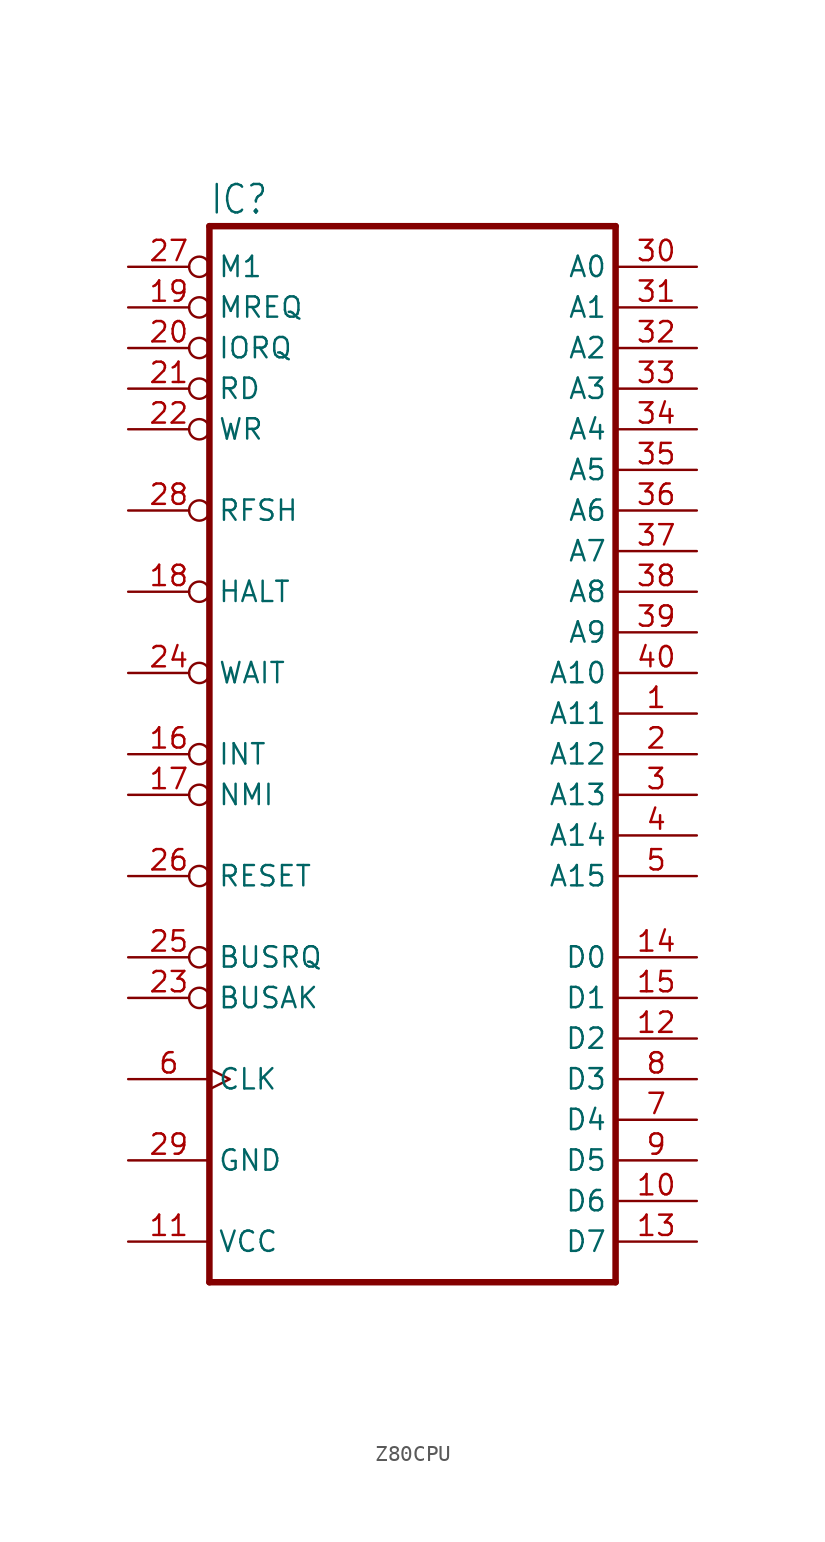
<source format=kicad_sym>
(kicad_symbol_lib
  (version 20220914)
  (generator kicad_symbol_editor)
  (symbol "Z80CPU"
    (property "Reference" "IC"
      (at -12.7 31.115 0)
      (effects (font (size 1.778 1.511)) (justify left bottom)))
    (property "Value" ""
      (at -12.7 -38.1 0)
      (effects (font (size 1.778 1.511)) (justify left bottom)))
    (property "ki_locked" ""
      (at 0 0 0)
      (effects (font (size 1.27 1.27))))
    (symbol "Z80CPU_1_0"
      (polyline (pts (xy -12.7 -35.56) (xy -12.7 30.48)) (stroke (width 0.406) (type solid)) (fill (type none)))
      (polyline (pts (xy -12.7 -35.56) (xy 12.7 -35.56)) (stroke (width 0.406) (type solid)) (fill (type none)))
      (polyline (pts (xy 12.7 30.48) (xy -12.7 30.48)) (stroke (width 0.406) (type solid)) (fill (type none)))
      (polyline (pts (xy 12.7 30.48) (xy 12.7 -35.56)) (stroke (width 0.406) (type solid)) (fill (type none)))
      (pin output line (at 17.78 0 180) (length 5.08) (name "A11" (effects (font (size 1.27 1.27)))) (number "1" (effects (font (size 1.27 1.27)))))
      (pin bidirectional line (at 17.78 -30.48 180) (length 5.08) (name "D6" (effects (font (size 1.27 1.27)))) (number "10" (effects (font (size 1.27 1.27)))))
      (pin power_in line (at -17.78 -33.02 0) (length 5.08) (name "VCC" (effects (font (size 1.27 1.27)))) (number "11" (effects (font (size 1.27 1.27)))))
      (pin bidirectional line (at 17.78 -20.32 180) (length 5.08) (name "D2" (effects (font (size 1.27 1.27)))) (number "12" (effects (font (size 1.27 1.27)))))
      (pin bidirectional line (at 17.78 -33.02 180) (length 5.08) (name "D7" (effects (font (size 1.27 1.27)))) (number "13" (effects (font (size 1.27 1.27)))))
      (pin bidirectional line (at 17.78 -15.24 180) (length 5.08) (name "D0" (effects (font (size 1.27 1.27)))) (number "14" (effects (font (size 1.27 1.27)))))
      (pin bidirectional line (at 17.78 -17.78 180) (length 5.08) (name "D1" (effects (font (size 1.27 1.27)))) (number "15" (effects (font (size 1.27 1.27)))))
      (pin input inverted (at -17.78 -2.54 0) (length 5.08) (name "INT" (effects (font (size 1.27 1.27)))) (number "16" (effects (font (size 1.27 1.27)))))
      (pin input inverted (at -17.78 -5.08 0) (length 5.08) (name "NMI" (effects (font (size 1.27 1.27)))) (number "17" (effects (font (size 1.27 1.27)))))
      (pin output inverted (at -17.78 7.62 0) (length 5.08) (name "HALT" (effects (font (size 1.27 1.27)))) (number "18" (effects (font (size 1.27 1.27)))))
      (pin output inverted (at -17.78 25.4 0) (length 5.08) (name "MREQ" (effects (font (size 1.27 1.27)))) (number "19" (effects (font (size 1.27 1.27)))))
      (pin output line (at 17.78 -2.54 180) (length 5.08) (name "A12" (effects (font (size 1.27 1.27)))) (number "2" (effects (font (size 1.27 1.27)))))
      (pin output inverted (at -17.78 22.86 0) (length 5.08) (name "IORQ" (effects (font (size 1.27 1.27)))) (number "20" (effects (font (size 1.27 1.27)))))
      (pin output inverted (at -17.78 20.32 0) (length 5.08) (name "RD" (effects (font (size 1.27 1.27)))) (number "21" (effects (font (size 1.27 1.27)))))
      (pin output inverted (at -17.78 17.78 0) (length 5.08) (name "WR" (effects (font (size 1.27 1.27)))) (number "22" (effects (font (size 1.27 1.27)))))
      (pin output inverted (at -17.78 -17.78 0) (length 5.08) (name "BUSAK" (effects (font (size 1.27 1.27)))) (number "23" (effects (font (size 1.27 1.27)))))
      (pin input inverted (at -17.78 2.54 0) (length 5.08) (name "WAIT" (effects (font (size 1.27 1.27)))) (number "24" (effects (font (size 1.27 1.27)))))
      (pin input inverted (at -17.78 -15.24 0) (length 5.08) (name "BUSRQ" (effects (font (size 1.27 1.27)))) (number "25" (effects (font (size 1.27 1.27)))))
      (pin input inverted (at -17.78 -10.16 0) (length 5.08) (name "RESET" (effects (font (size 1.27 1.27)))) (number "26" (effects (font (size 1.27 1.27)))))
      (pin output inverted (at -17.78 27.94 0) (length 5.08) (name "M1" (effects (font (size 1.27 1.27)))) (number "27" (effects (font (size 1.27 1.27)))))
      (pin output inverted (at -17.78 12.7 0) (length 5.08) (name "RFSH" (effects (font (size 1.27 1.27)))) (number "28" (effects (font (size 1.27 1.27)))))
      (pin power_in line (at -17.78 -27.94 0) (length 5.08) (name "GND" (effects (font (size 1.27 1.27)))) (number "29" (effects (font (size 1.27 1.27)))))
      (pin output line (at 17.78 -5.08 180) (length 5.08) (name "A13" (effects (font (size 1.27 1.27)))) (number "3" (effects (font (size 1.27 1.27)))))
      (pin output line (at 17.78 27.94 180) (length 5.08) (name "A0" (effects (font (size 1.27 1.27)))) (number "30" (effects (font (size 1.27 1.27)))))
      (pin output line (at 17.78 25.4 180) (length 5.08) (name "A1" (effects (font (size 1.27 1.27)))) (number "31" (effects (font (size 1.27 1.27)))))
      (pin output line (at 17.78 22.86 180) (length 5.08) (name "A2" (effects (font (size 1.27 1.27)))) (number "32" (effects (font (size 1.27 1.27)))))
      (pin output line (at 17.78 20.32 180) (length 5.08) (name "A3" (effects (font (size 1.27 1.27)))) (number "33" (effects (font (size 1.27 1.27)))))
      (pin output line (at 17.78 17.78 180) (length 5.08) (name "A4" (effects (font (size 1.27 1.27)))) (number "34" (effects (font (size 1.27 1.27)))))
      (pin output line (at 17.78 15.24 180) (length 5.08) (name "A5" (effects (font (size 1.27 1.27)))) (number "35" (effects (font (size 1.27 1.27)))))
      (pin output line (at 17.78 12.7 180) (length 5.08) (name "A6" (effects (font (size 1.27 1.27)))) (number "36" (effects (font (size 1.27 1.27)))))
      (pin output line (at 17.78 10.16 180) (length 5.08) (name "A7" (effects (font (size 1.27 1.27)))) (number "37" (effects (font (size 1.27 1.27)))))
      (pin output line (at 17.78 7.62 180) (length 5.08) (name "A8" (effects (font (size 1.27 1.27)))) (number "38" (effects (font (size 1.27 1.27)))))
      (pin output line (at 17.78 5.08 180) (length 5.08) (name "A9" (effects (font (size 1.27 1.27)))) (number "39" (effects (font (size 1.27 1.27)))))
      (pin output line (at 17.78 -7.62 180) (length 5.08) (name "A14" (effects (font (size 1.27 1.27)))) (number "4" (effects (font (size 1.27 1.27)))))
      (pin output line (at 17.78 2.54 180) (length 5.08) (name "A10" (effects (font (size 1.27 1.27)))) (number "40" (effects (font (size 1.27 1.27)))))
      (pin output line (at 17.78 -10.16 180) (length 5.08) (name "A15" (effects (font (size 1.27 1.27)))) (number "5" (effects (font (size 1.27 1.27)))))
      (pin input clock (at -17.78 -22.86 0) (length 5.08) (name "CLK" (effects (font (size 1.27 1.27)))) (number "6" (effects (font (size 1.27 1.27)))))
      (pin bidirectional line (at 17.78 -25.4 180) (length 5.08) (name "D4" (effects (font (size 1.27 1.27)))) (number "7" (effects (font (size 1.27 1.27)))))
      (pin bidirectional line (at 17.78 -22.86 180) (length 5.08) (name "D3" (effects (font (size 1.27 1.27)))) (number "8" (effects (font (size 1.27 1.27)))))
      (pin bidirectional line (at 17.78 -27.94 180) (length 5.08) (name "D5" (effects (font (size 1.27 1.27)))) (number "9" (effects (font (size 1.27 1.27))))))))
</source>
